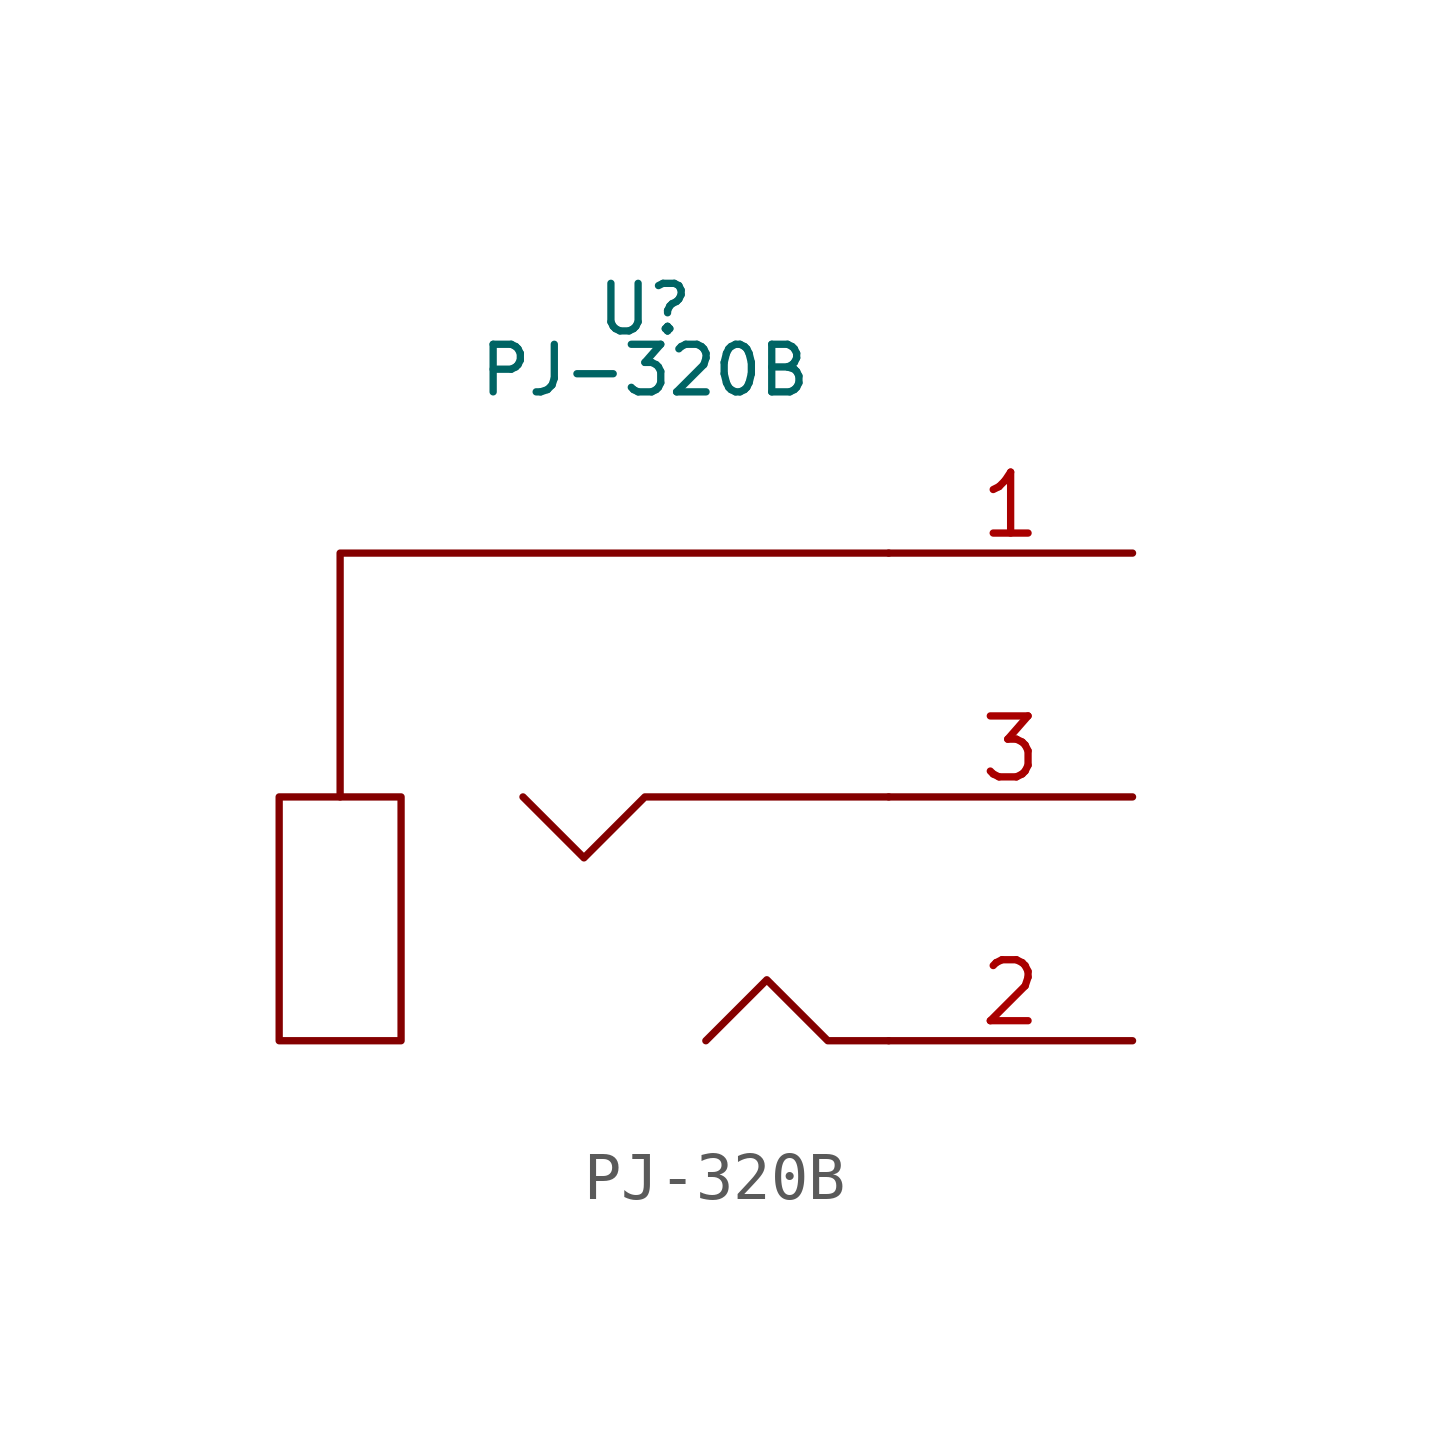
<source format=kicad_sym>
(kicad_symbol_lib
  (version 20220914)
  (generator kicad_symbol_editor)
  (symbol "PJ-320B"
    (pin_names
      (offset 1.016))
    (property "Reference" "U"
      (at 0 12.7 0)
      (effects (font (size 0.991 0.991))))
    (property "Value" "PJ-320B"
      (at 0 11.43 0)
      (effects (font (size 0.991 0.991))))
    (symbol "PJ-320B_0_1"
      (rectangle (start -5.08 2.54) (end -7.62 -2.54) (stroke (width 0) (type solid)) (fill (type none)))
      (polyline (pts (xy 5.08 7.62) (xy -6.35 7.62) (xy -6.35 2.54)) (stroke (width 0) (type solid)) (fill (type none)))
      (polyline (pts (xy 1.27 -2.54) (xy 2.54 -1.27) (xy 3.81 -2.54) (xy 5.08 -2.54)) (stroke (width 0) (type solid)) (fill (type none)))
      (polyline (pts (xy 5.08 2.54) (xy 0 2.54) (xy -1.27 1.27) (xy -2.54 2.54)) (stroke (width 0) (type solid)) (fill (type none))))
    (symbol "PJ-320B_1_1"
      (pin output line (at 10.16 7.62 180) (length 5.08) (name "~" (effects (font (size 1.27 1.27)))) (number "1" (effects (font (size 1.27 1.27)))))
      (pin output line (at 10.16 -2.54 180) (length 5.08) (name "~" (effects (font (size 1.27 1.27)))) (number "2" (effects (font (size 1.27 1.27)))))
      (pin output line (at 10.16 2.54 180) (length 5.08) (name "~" (effects (font (size 1.27 1.27)))) (number "3" (effects (font (size 1.27 1.27))))))))
</source>
